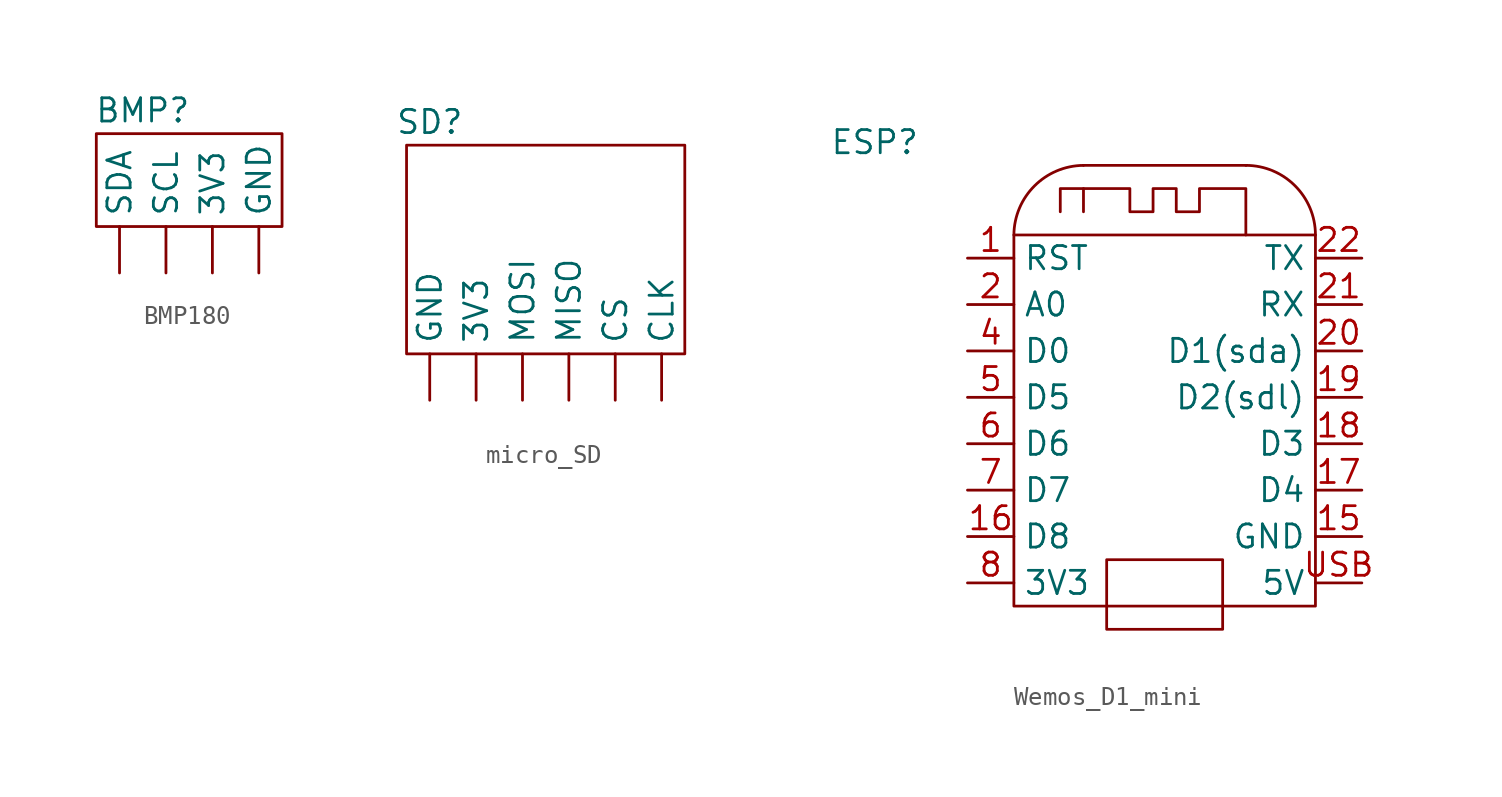
<source format=kicad_sym>
(kicad_symbol_lib
  (version 20220914)
  (generator kicad_symbol_editor)
  (symbol "BMP180"
    (property "Reference" "BMP"
      (at 2.54 1.27 0)
      (effects (font (size 1.27 1.27))))
    (property "Value" ""
      (at 0 0 0)
      (effects (font (size 1.27 1.27))))
    (symbol "BMP180_0_1"
      (rectangle (start 0 0) (end 10.16 -5.08) (stroke (width 0) (type default)) (fill (type none))))
    (symbol "BMP180_1_1"
      (pin bidirectional line (at 6.35 -7.62 90) (length 2.54) (name "3V3" (effects (font (size 1.27 1.27)))) (number "" (effects (font (size 1.27 1.27)))))
      (pin bidirectional line (at 8.89 -7.62 90) (length 2.54) (name "GND" (effects (font (size 1.27 1.27)))) (number "" (effects (font (size 1.27 1.27)))))
      (pin bidirectional line (at 3.81 -7.62 90) (length 2.54) (name "SCL" (effects (font (size 1.27 1.27)))) (number "" (effects (font (size 1.27 1.27)))))
      (pin bidirectional line (at 1.27 -7.62 90) (length 2.54) (name "SDA" (effects (font (size 1.27 1.27)))) (number "" (effects (font (size 1.27 1.27)))))))
  (symbol "micro_SD"
    (property "Reference" "SD"
      (at 1.27 1.27 0)
      (effects (font (size 1.27 1.27))))
    (property "Value" ""
      (at 0 0 0)
      (effects (font (size 1.27 1.27))))
    (symbol "micro_SD_0_1"
      (rectangle (start 0 0) (end 15.24 -11.43) (stroke (width 0) (type default)) (fill (type none))))
    (symbol "micro_SD_1_1"
      (pin bidirectional line (at 3.81 -13.97 90) (length 2.54) (name "3V3" (effects (font (size 1.27 1.27)))) (number "" (effects (font (size 1.27 1.27)))))
      (pin bidirectional line (at 13.97 -13.97 90) (length 2.54) (name "CLK" (effects (font (size 1.27 1.27)))) (number "" (effects (font (size 1.27 1.27)))))
      (pin bidirectional line (at 11.43 -13.97 90) (length 2.54) (name "CS" (effects (font (size 1.27 1.27)))) (number "" (effects (font (size 1.27 1.27)))))
      (pin bidirectional line (at 1.27 -13.97 90) (length 2.54) (name "GND" (effects (font (size 1.27 1.27)))) (number "" (effects (font (size 1.27 1.27)))))
      (pin bidirectional line (at 8.89 -13.97 90) (length 2.54) (name "MISO" (effects (font (size 1.27 1.27)))) (number "" (effects (font (size 1.27 1.27)))))
      (pin bidirectional line (at 6.35 -13.97 90) (length 2.54) (name "MOSI" (effects (font (size 1.27 1.27)))) (number "" (effects (font (size 1.27 1.27)))))))
  (symbol "Wemos_D1_mini"
    (property "Reference" "ESP"
      (at -7.62 5.08 0)
      (effects (font (size 1.27 1.27))))
    (property "Value" ""
      (at 0 0 0)
      (effects (font (size 1.27 1.27))))
    (symbol "Wemos_D1_mini_0_1"
      (polyline (pts (xy 3.81 2.54) (xy 3.81 1.27)) (stroke (width 0) (type default)) (fill (type none)))
      (polyline (pts (xy 3.81 3.81) (xy 12.7 3.81)) (stroke (width 0) (type default)) (fill (type none)))
      (polyline (pts (xy 12.7 0) (xy 12.7 2.54) (xy 10.16 2.54) (xy 10.16 1.27) (xy 8.89 1.27) (xy 8.89 2.54) (xy 7.62 2.54) (xy 7.62 1.27) (xy 6.35 1.27) (xy 6.35 2.54) (xy 2.54 2.54) (xy 2.54 1.27)) (stroke (width 0) (type default)) (fill (type none)))
      (rectangle (start 0 0) (end 16.51 -20.32) (stroke (width 0) (type default)) (fill (type none)))
      (arc (start 3.81 3.81) (mid 1.1258 2.6842) (end 0 0) (stroke (width 0) (type default)) (fill (type none)))
      (rectangle (start 5.08 -17.78) (end 11.43 -21.59) (stroke (width 0) (type default)) (fill (type none)))
      (arc (start 16.51 0) (mid 15.3926 2.6926) (end 12.7 3.81) (stroke (width 0) (type default)) (fill (type none))))
    (symbol "Wemos_D1_mini_1_1"
      (pin input line (at -2.54 -1.27 0) (length 2.54) (name "RST" (effects (font (size 1.27 1.27)))) (number "1" (effects (font (size 1.27 1.27)))))
      (pin bidirectional line (at 19.05 -16.51 180) (length 2.54) (name "GND" (effects (font (size 1.27 1.27)))) (number "15" (effects (font (size 1.27 1.27)))))
      (pin bidirectional line (at -2.54 -16.51 0) (length 2.54) (name "D8" (effects (font (size 1.27 1.27)))) (number "16" (effects (font (size 1.27 1.27)))))
      (pin bidirectional line (at 19.05 -13.97 180) (length 2.54) (name "D4" (effects (font (size 1.27 1.27)))) (number "17" (effects (font (size 1.27 1.27)))))
      (pin bidirectional line (at 19.05 -11.43 180) (length 2.54) (name "D3" (effects (font (size 1.27 1.27)))) (number "18" (effects (font (size 1.27 1.27)))))
      (pin bidirectional line (at 19.05 -8.89 180) (length 2.54) (name "D2(sdl)" (effects (font (size 1.27 1.27)))) (number "19" (effects (font (size 1.27 1.27)))))
      (pin input line (at -2.54 -3.81 0) (length 2.54) (name "A0" (effects (font (size 1.27 1.27)))) (number "2" (effects (font (size 1.27 1.27)))))
      (pin bidirectional line (at 19.05 -6.35 180) (length 2.54) (name "D1(sda)" (effects (font (size 1.27 1.27)))) (number "20" (effects (font (size 1.27 1.27)))))
      (pin bidirectional line (at 19.05 -3.81 180) (length 2.54) (name "RX" (effects (font (size 1.27 1.27)))) (number "21" (effects (font (size 1.27 1.27)))))
      (pin bidirectional line (at 19.05 -1.27 180) (length 2.54) (name "TX" (effects (font (size 1.27 1.27)))) (number "22" (effects (font (size 1.27 1.27)))))
      (pin bidirectional line (at -2.54 -6.35 0) (length 2.54) (name "D0" (effects (font (size 1.27 1.27)))) (number "4" (effects (font (size 1.27 1.27)))))
      (pin bidirectional line (at -2.54 -8.89 0) (length 2.54) (name "D5" (effects (font (size 1.27 1.27)))) (number "5" (effects (font (size 1.27 1.27)))))
      (pin bidirectional line (at -2.54 -11.43 0) (length 2.54) (name "D6" (effects (font (size 1.27 1.27)))) (number "6" (effects (font (size 1.27 1.27)))))
      (pin bidirectional line (at -2.54 -13.97 0) (length 2.54) (name "D7" (effects (font (size 1.27 1.27)))) (number "7" (effects (font (size 1.27 1.27)))))
      (pin bidirectional line (at -2.54 -19.05 0) (length 2.54) (name "3V3" (effects (font (size 1.27 1.27)))) (number "8" (effects (font (size 1.27 1.27)))))
      (pin bidirectional line (at 19.05 -19.05 180) (length 2.54) (name "5V" (effects (font (size 1.27 1.27)))) (number "USB" (effects (font (size 1.27 1.27))))))))
</source>
